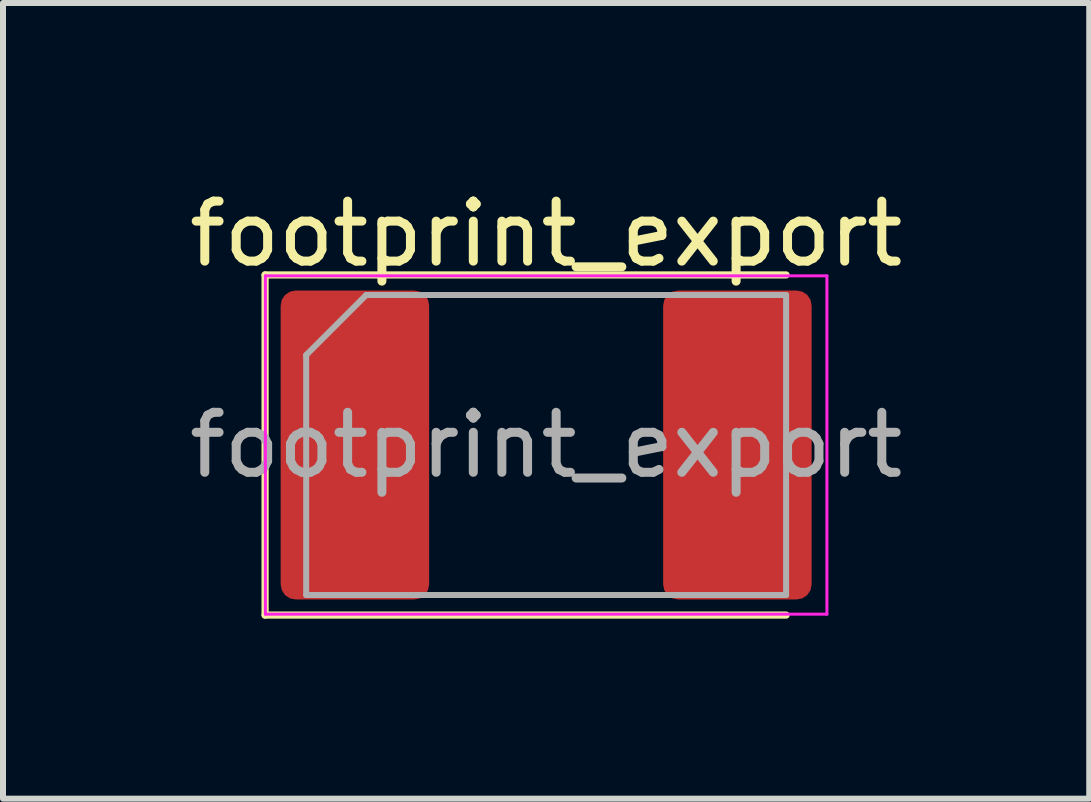
<source format=kicad_pcb>
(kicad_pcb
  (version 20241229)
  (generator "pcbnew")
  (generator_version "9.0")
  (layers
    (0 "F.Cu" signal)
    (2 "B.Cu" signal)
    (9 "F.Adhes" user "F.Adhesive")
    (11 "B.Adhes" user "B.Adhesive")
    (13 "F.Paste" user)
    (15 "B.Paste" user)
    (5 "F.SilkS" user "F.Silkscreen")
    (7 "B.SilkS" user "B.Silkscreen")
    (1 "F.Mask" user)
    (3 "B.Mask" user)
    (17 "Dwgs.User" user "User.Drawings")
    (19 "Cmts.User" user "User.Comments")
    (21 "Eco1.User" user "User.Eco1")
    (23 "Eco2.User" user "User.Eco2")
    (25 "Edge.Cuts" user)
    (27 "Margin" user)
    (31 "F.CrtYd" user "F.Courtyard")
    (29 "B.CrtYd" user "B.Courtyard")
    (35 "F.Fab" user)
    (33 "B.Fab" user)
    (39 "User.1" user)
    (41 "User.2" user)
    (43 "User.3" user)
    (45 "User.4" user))
  (footprint "footprint_export"
    (layer "F.Cu")
    (at 6.054 4.368)
    (property "Reference" "footprint_export" (at 0 -3.52 0) (layer "F.SilkS") (effects (font (size 1 1) (thickness 0.15))))
    (attr smd)
    (fp_line (start -4.685 -2.835) (end -4.685 2.835) (stroke (width 0.12) (type solid)) (layer "F.SilkS"))
    (fp_line (start -4.685 2.835) (end 4 2.835) (stroke (width 0.12) (type solid)) (layer "F.SilkS"))
    (fp_line (start 4 -2.835) (end -4.685 -2.835) (stroke (width 0.12) (type solid)) (layer "F.SilkS"))
    (fp_line (start -4.68 -2.82) (end 4.68 -2.82) (stroke (width 0.05) (type solid)) (layer "F.CrtYd"))
    (fp_line (start -4.68 2.82) (end -4.68 -2.82) (stroke (width 0.05) (type solid)) (layer "F.CrtYd"))
    (fp_line (start 4.68 -2.82) (end 4.68 2.82) (stroke (width 0.05) (type solid)) (layer "F.CrtYd"))
    (fp_line (start 4.68 2.82) (end -4.68 2.82) (stroke (width 0.05) (type solid)) (layer "F.CrtYd"))
    (fp_line (start -4 -1.5) (end -4 2.5) (stroke (width 0.1) (type solid)) (layer "F.Fab"))
    (fp_line (start -4 2.5) (end 4 2.5) (stroke (width 0.1) (type solid)) (layer "F.Fab"))
    (fp_line (start -3 -2.5) (end -4 -1.5) (stroke (width 0.1) (type solid)) (layer "F.Fab"))
    (fp_line (start 4 -2.5) (end -3 -2.5) (stroke (width 0.1) (type solid)) (layer "F.Fab"))
    (fp_line (start 4 2.5) (end 4 -2.5) (stroke (width 0.1) (type solid)) (layer "F.Fab"))
    (fp_text user "${REFERENCE}" (at 0 0 0) (layer "F.Fab") (effects (font (size 1 1) (thickness 0.15))))
    (pad "1" smd roundrect (at -3.188 0) (size 2.475 5.15) (layers "F.Cu" "F.Mask" "F.Paste") (roundrect_rratio 0.101))
    (pad "2" smd roundrect (at 3.188 0) (size 2.475 5.15) (layers "F.Cu" "F.Mask" "F.Paste") (roundrect_rratio 0.101)))
  (gr_rect
    (start -3 -3)
    (end 15.107 10.263)
    (stroke (width 0.1) (type default))
    (fill no)
    (layer "Edge.Cuts")))
</source>
